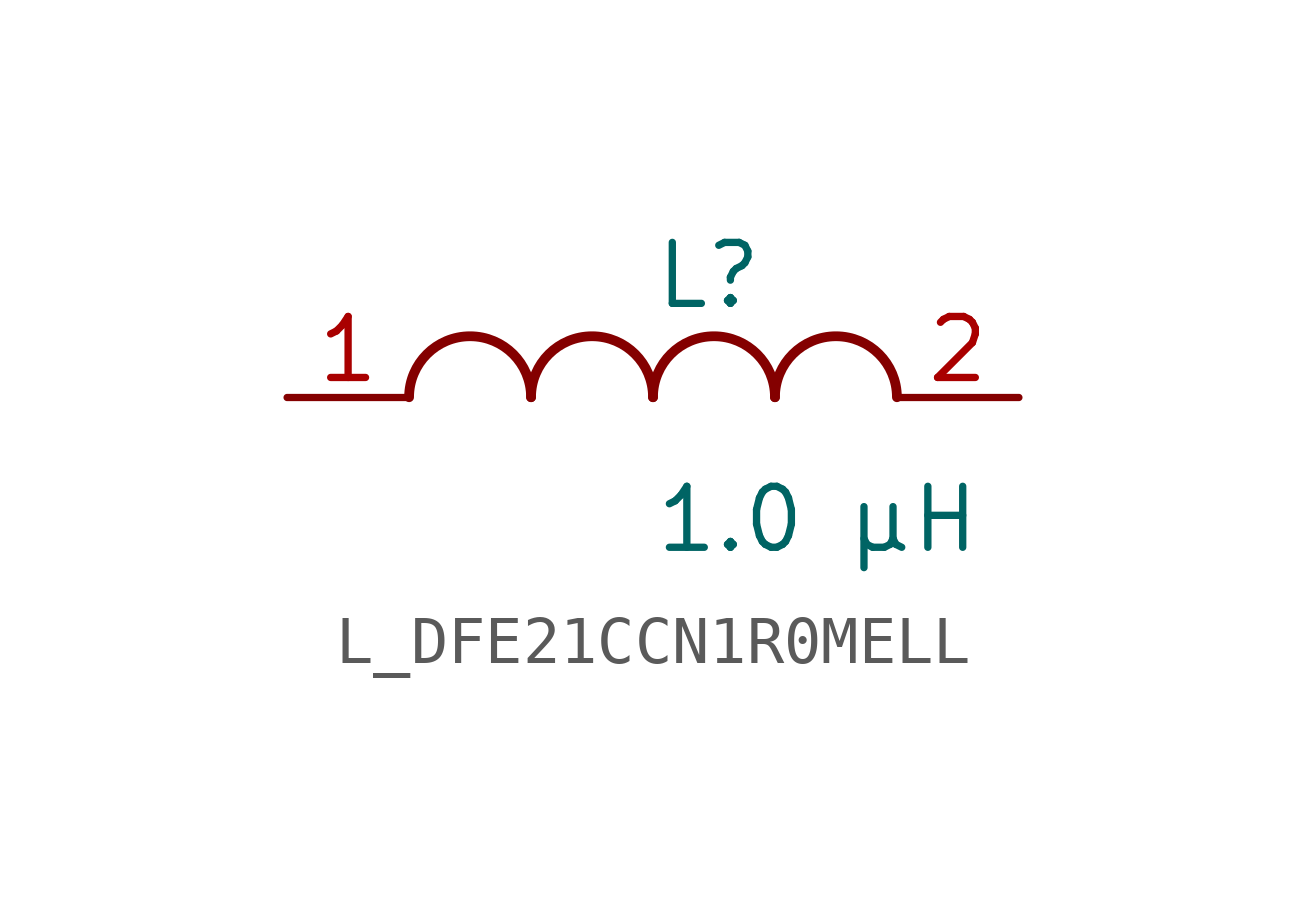
<source format=kicad_sym>
(kicad_symbol_lib
  (version 20231120)
  (generator kicad_symbol_editor)
  (generator_version 8.0)
  (symbol "L_DFE21CCN1R0MELL"
    (pin_names
      (offset 0.254))
    (property "Reference" "L"
      (at 0 2.54 0)
      (effects (font (size 1.27 1.27)) (justify left)))
    (property "Value" "1.0 µH"
      (at 0 -2.54 0)
      (effects (font (size 1.27 1.27)) (justify left)))
    (symbol "L_DFE21CCN1R0MELL_1_1"
      (arc (start -2.54 0.0056) (mid -3.81 1.27) (end -5.08 0.0056) (stroke (width 0.2032) (type default)) (fill (type none)))
      (arc (start 0 0.0056) (mid -1.27 1.27) (end -2.54 0.0056) (stroke (width 0.2032) (type default)) (fill (type none)))
      (arc (start 2.54 0.0056) (mid 1.27 1.27) (end 0 0.0056) (stroke (width 0.2032) (type default)) (fill (type none)))
      (arc (start 5.08 0.0056) (mid 3.81 1.27) (end 2.54 0.0056) (stroke (width 0.2032) (type default)) (fill (type none)))
      (pin unspecified line (at -7.62 0 0) (length 2.54) (name "" (effects (font (size 1.27 1.27)))) (number "1" (effects (font (size 1.27 1.27)))))
      (pin unspecified line (at 7.62 0 180) (length 2.54) (name "" (effects (font (size 1.27 1.27)))) (number "2" (effects (font (size 1.27 1.27))))))))
</source>
